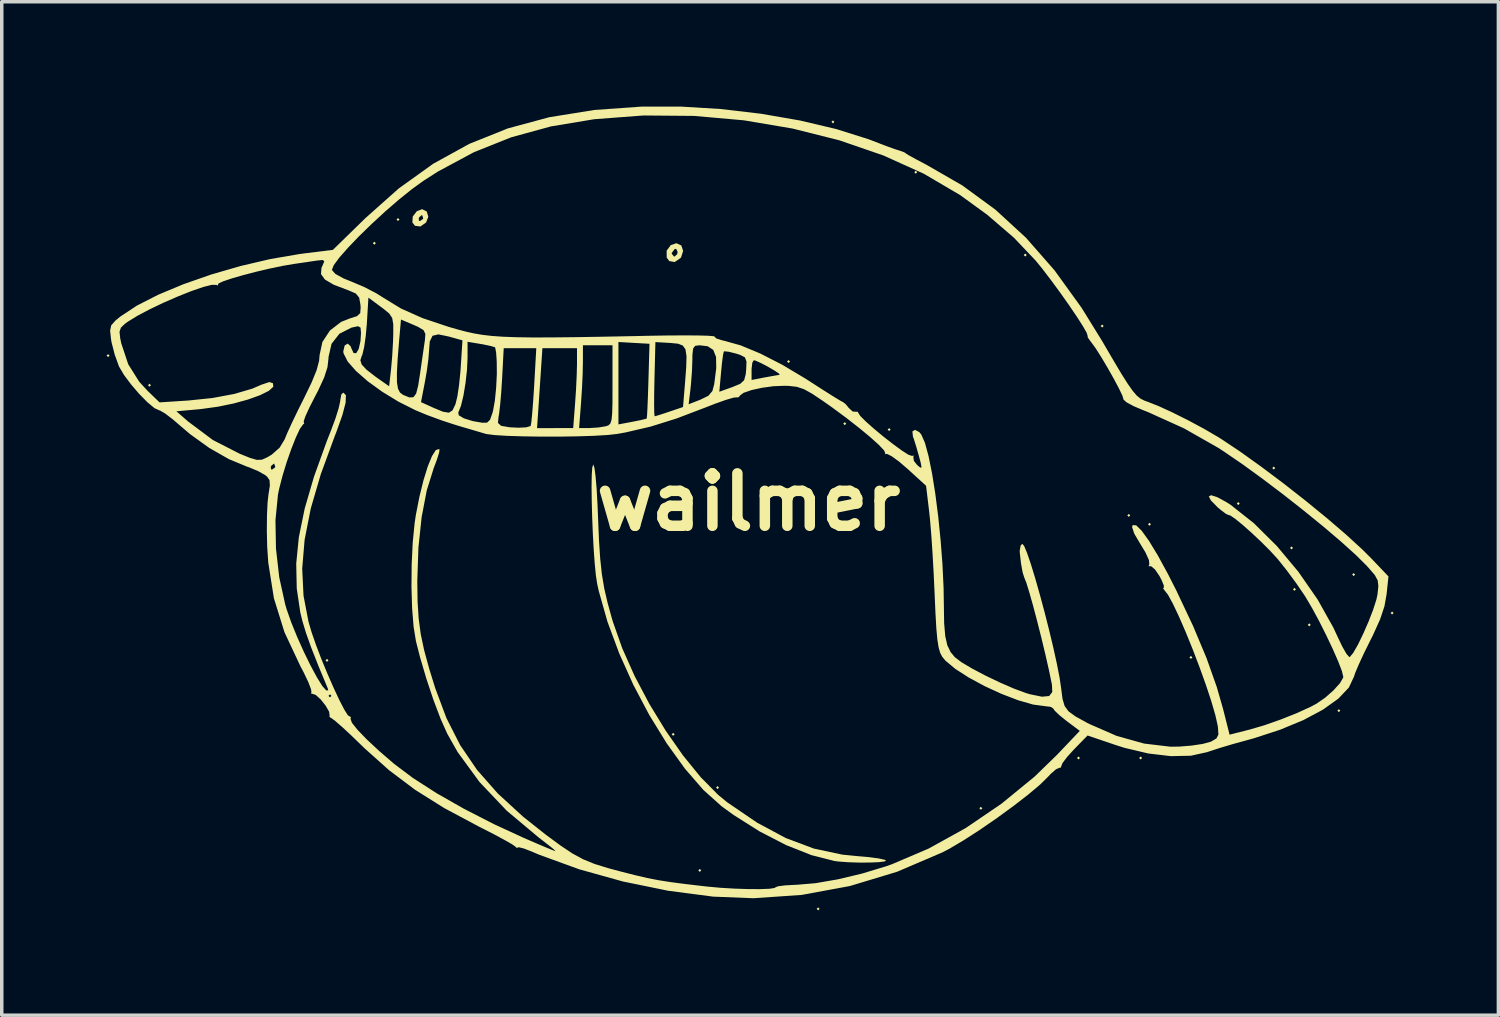
<source format=kicad_pcb>
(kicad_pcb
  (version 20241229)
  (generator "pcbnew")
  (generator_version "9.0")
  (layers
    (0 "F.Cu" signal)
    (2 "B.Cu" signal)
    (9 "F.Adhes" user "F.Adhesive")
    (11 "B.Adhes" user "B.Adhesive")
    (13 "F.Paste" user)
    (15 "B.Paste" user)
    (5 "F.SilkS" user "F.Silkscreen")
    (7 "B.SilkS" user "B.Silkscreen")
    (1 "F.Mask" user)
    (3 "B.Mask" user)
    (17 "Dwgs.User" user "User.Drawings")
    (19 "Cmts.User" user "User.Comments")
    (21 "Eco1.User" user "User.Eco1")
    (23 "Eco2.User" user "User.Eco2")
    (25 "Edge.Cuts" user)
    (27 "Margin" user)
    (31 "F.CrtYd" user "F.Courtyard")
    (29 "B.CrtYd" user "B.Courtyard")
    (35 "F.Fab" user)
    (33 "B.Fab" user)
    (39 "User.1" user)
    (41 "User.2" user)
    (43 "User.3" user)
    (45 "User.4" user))
  (footprint "wailmer"
    (layer "F.Cu")
    (at 18.373 11.318)
    (property "Reference" "wailmer" (at 0 0 0) (layer "F.SilkS") (effects (font (size 1.5 1.5) (thickness 0.3))))
    (attr board_only exclude_from_pos_files exclude_from_bom)
    (fp_poly (pts (xy -18.288 -4.191) (xy -18.33 -4.149) (xy -18.373 -4.191) (xy -18.33 -4.233)) (stroke (width 0) (type solid)) (fill yes) (layer "F.SilkS"))
    (fp_poly (pts (xy -17.103 -3.344) (xy -17.145 -3.302) (xy -17.187 -3.344) (xy -17.145 -3.387)) (stroke (width 0) (type solid)) (fill yes) (layer "F.SilkS"))
    (fp_poly (pts (xy -12.023 4.53) (xy -12.065 4.572) (xy -12.107 4.53) (xy -12.065 4.487)) (stroke (width 0) (type solid)) (fill yes) (layer "F.SilkS"))
    (fp_poly (pts (xy -10.668 -7.408) (xy -10.71 -7.366) (xy -10.753 -7.408) (xy -10.71 -7.451)) (stroke (width 0) (type solid)) (fill yes) (layer "F.SilkS"))
    (fp_poly (pts (xy -9.991 -8.086) (xy -10.033 -8.043) (xy -10.075 -8.086) (xy -10.033 -8.128)) (stroke (width 0) (type solid)) (fill yes) (layer "F.SilkS"))
    (fp_poly (pts (xy -2.117 6.646) (xy -2.159 6.689) (xy -2.201 6.646) (xy -2.159 6.604)) (stroke (width 0) (type solid)) (fill yes) (layer "F.SilkS"))
    (fp_poly (pts (xy -1.355 10.541) (xy -1.397 10.583) (xy -1.439 10.541) (xy -1.397 10.499)) (stroke (width 0) (type solid)) (fill yes) (layer "F.SilkS"))
    (fp_poly (pts (xy -0.847 8.17) (xy -0.889 8.213) (xy -0.931 8.17) (xy -0.889 8.128)) (stroke (width 0) (type solid)) (fill yes) (layer "F.SilkS"))
    (fp_poly (pts (xy 1.185 -4.022) (xy 1.143 -3.979) (xy 1.101 -4.022) (xy 1.143 -4.064)) (stroke (width 0) (type solid)) (fill yes) (layer "F.SilkS"))
    (fp_poly (pts (xy 2.032 11.642) (xy 1.99 11.684) (xy 1.947 11.642) (xy 1.99 11.599)) (stroke (width 0) (type solid)) (fill yes) (layer "F.SilkS"))
    (fp_poly (pts (xy 2.455 -10.88) (xy 2.413 -10.837) (xy 2.371 -10.88) (xy 2.413 -10.922)) (stroke (width 0) (type solid)) (fill yes) (layer "F.SilkS"))
    (fp_poly (pts (xy 2.794 -2.244) (xy 2.752 -2.201) (xy 2.709 -2.244) (xy 2.752 -2.286)) (stroke (width 0) (type solid)) (fill yes) (layer "F.SilkS"))
    (fp_poly (pts (xy 4.064 -2.074) (xy 4.022 -2.032) (xy 3.979 -2.074) (xy 4.022 -2.117)) (stroke (width 0) (type solid)) (fill yes) (layer "F.SilkS"))
    (fp_poly (pts (xy 4.826 -9.44) (xy 4.784 -9.398) (xy 4.741 -9.44) (xy 4.784 -9.483)) (stroke (width 0) (type solid)) (fill yes) (layer "F.SilkS"))
    (fp_poly (pts (xy 6.689 8.763) (xy 6.646 8.805) (xy 6.604 8.763) (xy 6.646 8.721)) (stroke (width 0) (type solid)) (fill yes) (layer "F.SilkS"))
    (fp_poly (pts (xy 7.959 -7.07) (xy 7.916 -7.027) (xy 7.874 -7.07) (xy 7.916 -7.112)) (stroke (width 0) (type solid)) (fill yes) (layer "F.SilkS"))
    (fp_poly (pts (xy 9.483 7.324) (xy 9.44 7.366) (xy 9.398 7.324) (xy 9.44 7.281)) (stroke (width 0) (type solid)) (fill yes) (layer "F.SilkS"))
    (fp_poly (pts (xy 10.16 -5.038) (xy 10.118 -4.995) (xy 10.075 -5.038) (xy 10.118 -5.08)) (stroke (width 0) (type solid)) (fill yes) (layer "F.SilkS"))
    (fp_poly (pts (xy 10.922 0.381) (xy 10.88 0.423) (xy 10.837 0.381) (xy 10.88 0.339)) (stroke (width 0) (type solid)) (fill yes) (layer "F.SilkS"))
    (fp_poly (pts (xy 11.261 7.324) (xy 11.218 7.366) (xy 11.176 7.324) (xy 11.218 7.281)) (stroke (width 0) (type solid)) (fill yes) (layer "F.SilkS"))
    (fp_poly (pts (xy 11.515 0.635) (xy 11.472 0.677) (xy 11.43 0.635) (xy 11.472 0.593)) (stroke (width 0) (type solid)) (fill yes) (layer "F.SilkS"))
    (fp_poly (pts (xy 12.7 4.445) (xy 12.658 4.487) (xy 12.615 4.445) (xy 12.658 4.403)) (stroke (width 0) (type solid)) (fill yes) (layer "F.SilkS"))
    (fp_poly (pts (xy 14.055 0.042) (xy 14.012 0.085) (xy 13.97 0.042) (xy 14.012 0)) (stroke (width 0) (type solid)) (fill yes) (layer "F.SilkS"))
    (fp_poly (pts (xy 15.071 -0.974) (xy 15.028 -0.931) (xy 14.986 -0.974) (xy 15.028 -1.016)) (stroke (width 0) (type solid)) (fill yes) (layer "F.SilkS"))
    (fp_poly (pts (xy 15.579 1.312) (xy 15.536 1.355) (xy 15.494 1.312) (xy 15.536 1.27)) (stroke (width 0) (type solid)) (fill yes) (layer "F.SilkS"))
    (fp_poly (pts (xy 15.663 2.498) (xy 15.621 2.54) (xy 15.579 2.498) (xy 15.621 2.455)) (stroke (width 0) (type solid)) (fill yes) (layer "F.SilkS"))
    (fp_poly (pts (xy 16.087 3.514) (xy 16.044 3.556) (xy 16.002 3.514) (xy 16.044 3.471)) (stroke (width 0) (type solid)) (fill yes) (layer "F.SilkS"))
    (fp_poly (pts (xy 16.933 5.969) (xy 16.891 6.011) (xy 16.849 5.969) (xy 16.891 5.927)) (stroke (width 0) (type solid)) (fill yes) (layer "F.SilkS"))
    (fp_poly (pts (xy 17.357 2.074) (xy 17.314 2.117) (xy 17.272 2.074) (xy 17.314 2.032)) (stroke (width 0) (type solid)) (fill yes) (layer "F.SilkS"))
    (fp_poly (pts (xy 18.457 3.175) (xy 18.415 3.217) (xy 18.373 3.175) (xy 18.415 3.133)) (stroke (width 0) (type solid)) (fill yes) (layer "F.SilkS"))
    (fp_poly (pts (xy -9.211 -8.316) (xy -9.166 -8.165) (xy -9.23 -8) (xy -9.393 -7.887) (xy -9.547 -7.906) (xy -9.622 -8.002) (xy -9.614 -8.128) (xy -9.44 -8.128) (xy -9.434 -8.05) (xy -9.403 -8.043) (xy -9.317 -8.105) (xy -9.313 -8.128) (xy -9.342 -8.21) (xy -9.351 -8.213) (xy -9.423 -8.153) (xy -9.44 -8.128) (xy -9.614 -8.128) (xy -9.611 -8.173) (xy -9.494 -8.324) (xy -9.343 -8.382)) (stroke (width 0) (type solid)) (fill yes) (layer "F.SilkS"))
    (fp_poly (pts (xy -1.925 -7.343) (xy -1.874 -7.188) (xy -1.93 -7.008) (xy -1.951 -6.981) (xy -2.115 -6.869) (xy -2.27 -6.896) (xy -2.344 -6.997) (xy -2.345 -7.107) (xy -2.201 -7.107) (xy -2.137 -7.03) (xy -2.117 -7.027) (xy -2.042 -7.096) (xy -2.032 -7.159) (xy -2.073 -7.247) (xy -2.117 -7.239) (xy -2.198 -7.131) (xy -2.201 -7.107) (xy -2.345 -7.107) (xy -2.345 -7.195) (xy -2.227 -7.354) (xy -2.066 -7.408)) (stroke (width 0) (type solid)) (fill yes) (layer "F.SilkS"))
    (fp_poly (pts (xy -4.445 -1.073) (xy -4.412 -0.981) (xy -4.38 -0.743) (xy -4.349 -0.38) (xy -4.323 0.086) (xy -4.309 0.43) (xy -4.282 1.087) (xy -4.247 1.618) (xy -4.199 2.064) (xy -4.131 2.47) (xy -4.037 2.878) (xy -3.912 3.33) (xy -3.885 3.421) (xy -3.617 4.182) (xy -3.263 4.976) (xy -2.843 5.772) (xy -2.374 6.54) (xy -1.877 7.251) (xy -1.371 7.873) (xy -0.873 8.377) (xy -0.613 8.591) (xy 0.247 9.177) (xy 1.067 9.616) (xy 1.871 9.917) (xy 2.68 10.089) (xy 3.09 10.13) (xy 3.438 10.16) (xy 3.722 10.198) (xy 3.899 10.238) (xy 3.933 10.254) (xy 3.892 10.284) (xy 3.722 10.305) (xy 3.465 10.316) (xy 3.162 10.317) (xy 2.853 10.307) (xy 2.579 10.287) (xy 2.455 10.271) (xy 1.797 10.103) (xy 1.074 9.817) (xy 0.32 9.428) (xy -0.429 8.955) (xy -0.771 8.707) (xy -1.294 8.238) (xy -1.823 7.628) (xy -2.343 6.905) (xy -2.841 6.096) (xy -3.299 5.229) (xy -3.703 4.33) (xy -4.038 3.427) (xy -4.287 2.548) (xy -4.331 2.351) (xy -4.369 2.109) (xy -4.403 1.766) (xy -4.433 1.351) (xy -4.458 0.894) (xy -4.477 0.424) (xy -4.489 -0.028) (xy -4.494 -0.434) (xy -4.489 -0.763) (xy -4.474 -0.986) (xy -4.449 -1.073)) (stroke (width 0) (type solid)) (fill yes) (layer "F.SilkS"))
    (fp_poly (pts (xy -1.944 -11.318) (xy -0.796 -11.248) (xy 0.355 -11.113) (xy 1.47 -10.92) (xy 2.508 -10.675) (xy 3.431 -10.384) (xy 3.641 -10.304) (xy 3.935 -10.19) (xy 4.179 -10.102) (xy 4.318 -10.059) (xy 4.458 -10.008) (xy 4.487 -9.986) (xy 4.579 -9.927) (xy 4.78 -9.816) (xy 5.049 -9.674) (xy 5.08 -9.658) (xy 6.115 -9.062) (xy 7.062 -8.369) (xy 7.938 -7.564) (xy 8.756 -6.631) (xy 9.531 -5.557) (xy 10.114 -4.614) (xy 10.424 -4.083) (xy 10.664 -3.679) (xy 10.85 -3.385) (xy 10.995 -3.179) (xy 11.113 -3.042) (xy 11.22 -2.957) (xy 11.33 -2.902) (xy 11.415 -2.872) (xy 11.721 -2.752) (xy 12.123 -2.568) (xy 12.574 -2.343) (xy 13.025 -2.101) (xy 13.429 -1.866) (xy 13.525 -1.806) (xy 14.065 -1.446) (xy 14.668 -1.014) (xy 15.304 -0.537) (xy 15.942 -0.037) (xy 16.551 0.461) (xy 17.101 0.933) (xy 17.561 1.354) (xy 17.813 1.605) (xy 18.311 2.128) (xy 18.257 2.641) (xy 18.196 2.982) (xy 18.072 3.355) (xy 17.869 3.805) (xy 17.787 3.968) (xy 17.61 4.326) (xy 17.461 4.648) (xy 17.358 4.892) (xy 17.324 4.997) (xy 17.177 5.309) (xy 16.876 5.626) (xy 16.438 5.939) (xy 15.877 6.239) (xy 15.208 6.516) (xy 14.449 6.763) (xy 14.249 6.818) (xy 13.86 6.925) (xy 13.484 7.037) (xy 13.186 7.134) (xy 13.123 7.156) (xy 12.657 7.259) (xy 12.085 7.271) (xy 11.441 7.195) (xy 10.759 7.034) (xy 10.502 6.952) (xy 9.7 6.68) (xy 9.304 7.086) (xy 9.11 7.3) (xy 8.982 7.47) (xy 8.948 7.559) (xy 8.928 7.605) (xy 8.902 7.601) (xy 8.799 7.645) (xy 8.641 7.783) (xy 8.578 7.852) (xy 8.347 8.08) (xy 8.003 8.37) (xy 7.579 8.698) (xy 7.109 9.041) (xy 6.626 9.374) (xy 6.162 9.674) (xy 5.751 9.918) (xy 5.559 10.019) (xy 4.251 10.579) (xy 2.898 10.988) (xy 1.52 11.242) (xy 0.138 11.337) (xy -1.016 11.291) (xy -2.302 11.123) (xy -3.596 10.858) (xy -4.844 10.51) (xy -5.994 10.092) (xy -6.202 10.003) (xy -6.427 9.915) (xy -6.573 9.878) (xy -6.605 9.888) (xy -6.643 9.893) (xy -6.669 9.864) (xy -6.764 9.796) (xy -6.982 9.671) (xy -7.291 9.505) (xy -7.662 9.315) (xy -7.747 9.272) (xy -8.709 8.758) (xy -9.544 8.234) (xy -10.292 7.671) (xy -10.995 7.042) (xy -11.075 6.964) (xy -11.38 6.669) (xy -11.644 6.425) (xy -11.843 6.253) (xy -11.954 6.173) (xy -11.965 6.17) (xy -12 6.134) (xy -11.989 6.111) (xy -12.005 5.998) (xy -12.104 5.826) (xy -12.245 5.648) (xy -12.357 5.546) (xy -12.023 5.546) (xy -11.98 5.588) (xy -11.938 5.546) (xy -11.98 5.503) (xy -12.023 5.546) (xy -12.357 5.546) (xy -12.385 5.52) (xy -12.473 5.489) (xy -12.527 5.479) (xy -12.51 5.454) (xy -12.521 5.358) (xy -12.601 5.15) (xy -12.736 4.867) (xy -12.829 4.691) (xy -13.282 3.725) (xy -13.584 2.755) (xy -13.746 1.734) (xy -13.777 1.27) (xy -13.787 0.817) (xy -13.784 0.517) (xy -13.54 0.517) (xy -13.526 1.327) (xy -13.432 2.152) (xy -13.261 2.929) (xy -13.218 3.074) (xy -13.087 3.447) (xy -12.918 3.862) (xy -12.728 4.285) (xy -12.533 4.683) (xy -12.35 5.022) (xy -12.195 5.27) (xy -12.087 5.389) (xy -12.029 5.388) (xy -12.045 5.327) (xy -12.312 4.685) (xy -12.515 4.168) (xy -12.665 3.749) (xy -12.77 3.401) (xy -12.83 3.154) (xy -12.931 2.471) (xy -12.946 1.761) (xy -12.871 1.006) (xy -12.703 0.184) (xy -12.438 -0.725) (xy -12.072 -1.741) (xy -11.948 -2.055) (xy -11.825 -2.388) (xy -11.732 -2.684) (xy -11.686 -2.891) (xy -11.684 -2.923) (xy -11.655 -3.081) (xy -11.599 -3.133) (xy -11.524 -3.06) (xy -11.532 -2.844) (xy -11.625 -2.489) (xy -11.8 -1.998) (xy -11.844 -1.886) (xy -12.243 -0.797) (xy -12.53 0.185) (xy -12.706 1.08) (xy -12.775 1.905) (xy -12.737 2.68) (xy -12.595 3.422) (xy -12.506 3.726) (xy -12.377 4.097) (xy -12.221 4.505) (xy -12.049 4.921) (xy -11.875 5.317) (xy -11.713 5.664) (xy -11.573 5.934) (xy -11.471 6.098) (xy -11.422 6.133) (xy -11.38 6.151) (xy -11.392 6.203) (xy -11.352 6.316) (xy -11.193 6.516) (xy -10.932 6.787) (xy -10.583 7.113) (xy -10.162 7.477) (xy -10.155 7.483) (xy -9.609 7.894) (xy -8.928 8.332) (xy -8.141 8.78) (xy -7.277 9.222) (xy -6.442 9.607) (xy -6.089 9.76) (xy -5.797 9.884) (xy -5.598 9.965) (xy -5.525 9.991) (xy -5.568 9.944) (xy -5.718 9.822) (xy -5.943 9.648) (xy -5.996 9.608) (xy -6.921 8.833) (xy -7.701 8.011) (xy -8.328 7.152) (xy -8.624 6.628) (xy -8.814 6.203) (xy -9.019 5.661) (xy -9.221 5.056) (xy -9.403 4.438) (xy -9.52 3.979) (xy -9.587 3.566) (xy -9.63 3.031) (xy -9.648 2.421) (xy -9.642 1.782) (xy -9.612 1.159) (xy -9.557 0.599) (xy -9.523 0.371) (xy -9.419 -0.159) (xy -9.302 -0.631) (xy -9.18 -1.024) (xy -9.06 -1.317) (xy -8.95 -1.489) (xy -8.858 -1.518) (xy -8.845 -1.507) (xy -8.856 -1.418) (xy -8.919 -1.217) (xy -9.012 -0.97) (xy -9.21 -0.336) (xy -9.357 0.431) (xy -9.449 1.302) (xy -9.481 2.247) (xy -9.481 2.28) (xy -9.473 2.849) (xy -9.442 3.333) (xy -9.382 3.783) (xy -9.283 4.247) (xy -9.138 4.777) (xy -8.97 5.319) (xy -8.648 6.18) (xy -8.256 6.953) (xy -7.772 7.664) (xy -7.178 8.339) (xy -6.453 9.004) (xy -5.806 9.517) (xy -5.385 9.827) (xy -5.045 10.054) (xy -4.737 10.222) (xy -4.411 10.355) (xy -4.017 10.477) (xy -3.635 10.579) (xy -3.236 10.68) (xy -2.901 10.758) (xy -2.585 10.82) (xy -2.243 10.874) (xy -1.83 10.928) (xy -1.302 10.99) (xy -1.185 11.003) (xy -0.806 11.038) (xy -0.403 11.062) (xy -0.011 11.075) (xy 0.334 11.076) (xy 0.598 11.066) (xy 0.744 11.043) (xy 0.763 11.028) (xy 0.841 10.995) (xy 1.046 10.969) (xy 1.336 10.953) (xy 1.377 10.952) (xy 1.919 10.906) (xy 2.56 10.795) (xy 3.248 10.631) (xy 3.931 10.424) (xy 4.104 10.363) (xy 5.154 9.915) (xy 6.211 9.33) (xy 7.234 8.634) (xy 8.185 7.856) (xy 8.827 7.232) (xy 9.478 6.547) (xy 9.099 6.264) (xy 8.892 6.097) (xy 8.754 5.964) (xy 8.721 5.911) (xy 8.648 5.861) (xy 8.488 5.841) (xy 8.144 5.795) (xy 7.715 5.672) (xy 7.24 5.49) (xy 6.756 5.268) (xy 6.301 5.022) (xy 5.914 4.773) (xy 5.633 4.538) (xy 5.538 4.423) (xy 5.481 4.312) (xy 5.437 4.156) (xy 5.401 3.929) (xy 5.372 3.608) (xy 5.347 3.166) (xy 5.323 2.625) (xy 5.297 2.06) (xy 5.265 1.491) (xy 5.23 0.966) (xy 5.194 0.529) (xy 5.17 0.296) (xy 5.079 -0.466) (xy 4.553 -0.946) (xy 4.304 -1.16) (xy 4.095 -1.312) (xy 3.962 -1.378) (xy 3.94 -1.377) (xy 3.896 -1.371) (xy 3.913 -1.395) (xy 3.879 -1.476) (xy 3.728 -1.636) (xy 3.481 -1.859) (xy 3.159 -2.125) (xy 2.784 -2.418) (xy 2.376 -2.719) (xy 2.133 -2.89) (xy 1.818 -3.101) (xy 1.585 -3.23) (xy 1.382 -3.298) (xy 1.158 -3.324) (xy 1.033 -3.328) (xy 0.716 -3.316) (xy 0.386 -3.271) (xy 0.087 -3.206) (xy -0.14 -3.128) (xy -0.25 -3.049) (xy -0.254 -3.032) (xy -0.305 -2.989) (xy -0.328 -2.999) (xy -0.433 -2.988) (xy -0.657 -2.922) (xy -0.966 -2.812) (xy -1.237 -2.706) (xy -2.064 -2.391) (xy -2.807 -2.159) (xy -3.516 -1.994) (xy -3.767 -1.949) (xy -4.041 -1.919) (xy -4.432 -1.896) (xy -4.903 -1.881) (xy -5.42 -1.873) (xy -5.95 -1.873) (xy -6.457 -1.881) (xy -6.908 -1.895) (xy -7.266 -1.917) (xy -7.499 -1.947) (xy -7.533 -1.955) (xy -7.718 -2.01) (xy -8.007 -2.095) (xy -8.079 -2.116) (xy -6.054 -2.116) (xy -5.537 -2.117) (xy -5.02 -2.117) (xy -4.851 -2.117) (xy -4.563 -2.118) (xy -4.301 -2.134) (xy -4.085 -2.17) (xy -4.008 -2.197) (xy -3.956 -2.25) (xy -3.922 -2.355) (xy -3.904 -2.541) (xy -3.896 -2.836) (xy -3.895 -3.268) (xy -3.895 -3.354) (xy -3.895 -3.402) (xy -3.725 -3.402) (xy -3.725 -2.223) (xy -3.33 -2.297) (xy -3.095 -2.344) (xy -2.943 -2.381) (xy -2.916 -2.392) (xy -2.906 -2.48) (xy -2.894 -2.704) (xy -2.891 -2.783) (xy -2.704 -2.783) (xy -2.7 -2.553) (xy -2.69 -2.456) (xy -2.688 -2.455) (xy -2.596 -2.48) (xy -2.397 -2.544) (xy -2.266 -2.588) (xy -1.877 -2.72) (xy -1.87 -2.799) (xy -1.716 -2.799) (xy -1.376 -2.932) (xy -1.15 -3.043) (xy -1.054 -3.157) (xy -0.838 -3.157) (xy -0.468 -3.29) (xy -0.241 -3.383) (xy -0.128 -3.487) (xy -0.082 -3.66) (xy -0.071 -3.779) (xy 0.085 -3.779) (xy 0.085 -3.494) (xy 0.445 -3.564) (xy 0.686 -3.608) (xy 0.858 -3.637) (xy 0.889 -3.641) (xy 0.868 -3.678) (xy 0.741 -3.764) (xy 0.558 -3.871) (xy 0.364 -3.973) (xy 0.207 -4.044) (xy 0.148 -4.06) (xy 0.106 -3.989) (xy 0.085 -3.809) (xy 0.085 -3.779) (xy -0.071 -3.779) (xy -0.07 -3.788) (xy -0.06 -4.019) (xy -0.105 -4.141) (xy -0.241 -4.212) (xy -0.36 -4.25) (xy -0.569 -4.302) (xy -0.696 -4.315) (xy -0.708 -4.31) (xy -0.731 -4.215) (xy -0.76 -3.998) (xy -0.788 -3.716) (xy -0.838 -3.157) (xy -1.054 -3.157) (xy -1.036 -3.178) (xy -0.984 -3.375) (xy -0.926 -3.833) (xy -0.932 -4.153) (xy -1.011 -4.354) (xy -1.171 -4.459) (xy -1.404 -4.487) (xy -1.528 -4.472) (xy -1.588 -4.395) (xy -1.608 -4.213) (xy -1.609 -4.085) (xy -1.621 -3.745) (xy -1.65 -3.368) (xy -1.663 -3.241) (xy -1.716 -2.799) (xy -1.87 -2.799) (xy -1.819 -3.415) (xy -1.785 -3.866) (xy -1.777 -4.175) (xy -1.807 -4.371) (xy -1.884 -4.48) (xy -2.018 -4.532) (xy -2.22 -4.552) (xy -2.244 -4.554) (xy -2.667 -4.578) (xy -2.694 -3.517) (xy -2.702 -3.115) (xy -2.704 -2.783) (xy -2.891 -2.783) (xy -2.881 -3.031) (xy -2.868 -3.429) (xy -2.867 -3.471) (xy -2.836 -4.53) (xy -3.281 -4.555) (xy -3.725 -4.581) (xy -3.725 -3.402) (xy -3.895 -3.402) (xy -3.895 -4.487) (xy -4.318 -4.487) (xy -4.741 -4.487) (xy -4.742 -4) (xy -4.749 -3.669) (xy -4.768 -3.255) (xy -4.795 -2.843) (xy -4.797 -2.815) (xy -4.851 -2.117) (xy -5.02 -2.117) (xy -4.966 -2.815) (xy -4.939 -3.214) (xy -4.92 -3.614) (xy -4.911 -3.934) (xy -4.911 -3.958) (xy -4.911 -4.403) (xy -5.406 -4.403) (xy -5.901 -4.403) (xy -5.977 -3.26) (xy -6.054 -2.116) (xy -8.079 -2.116) (xy -8.339 -2.193) (xy -8.371 -2.203) (xy -8.567 -2.266) (xy -7.173 -2.266) (xy -7.088 -2.186) (xy -7.057 -2.177) (xy -6.834 -2.14) (xy -6.582 -2.128) (xy -6.364 -2.139) (xy -6.243 -2.174) (xy -6.237 -2.18) (xy -6.218 -2.284) (xy -6.194 -2.524) (xy -6.167 -2.863) (xy -6.14 -3.27) (xy -6.137 -3.323) (xy -6.076 -4.403) (xy -6.542 -4.403) (xy -7.008 -4.403) (xy -7.054 -3.535) (xy -7.079 -3.143) (xy -7.109 -2.794) (xy -7.139 -2.535) (xy -7.156 -2.442) (xy -7.173 -2.266) (xy -8.567 -2.266) (xy -8.777 -2.335) (xy -9.21 -2.494) (xy -9.534 -2.629) (xy -9.993 -2.86) (xy -9.375 -2.86) (xy -9.027 -2.702) (xy -8.748 -2.586) (xy -8.577 -2.558) (xy -8.56 -2.569) (xy -8.309 -2.569) (xy -8.295 -2.484) (xy -8.145 -2.395) (xy -7.892 -2.317) (xy -7.62 -2.27) (xy -7.485 -2.273) (xy -7.4 -2.354) (xy -7.33 -2.552) (xy -7.311 -2.625) (xy -7.262 -2.899) (xy -7.225 -3.267) (xy -7.205 -3.656) (xy -7.205 -3.699) (xy -7.208 -4.024) (xy -7.225 -4.277) (xy -7.251 -4.417) (xy -7.26 -4.43) (xy -7.377 -4.466) (xy -7.594 -4.512) (xy -7.684 -4.527) (xy -8.043 -4.587) (xy -8.043 -4.129) (xy -8.059 -3.784) (xy -8.101 -3.408) (xy -8.16 -3.05) (xy -8.23 -2.759) (xy -8.3 -2.581) (xy -8.309 -2.569) (xy -8.56 -2.569) (xy -8.473 -2.625) (xy -8.392 -2.794) (xy -8.385 -2.815) (xy -8.334 -3.025) (xy -8.286 -3.347) (xy -8.248 -3.722) (xy -8.238 -3.859) (xy -8.189 -4.628) (xy -8.59 -4.74) (xy -8.877 -4.799) (xy -9.045 -4.759) (xy -9.124 -4.597) (xy -9.146 -4.318) (xy -9.165 -4.079) (xy -9.209 -3.75) (xy -9.263 -3.441) (xy -9.375 -2.86) (xy -9.993 -2.86) (xy -10.023 -2.875) (xy -10.486 -3.158) (xy -10.899 -3.457) (xy -11.237 -3.753) (xy -11.476 -4.026) (xy -11.492 -4.059) (xy -11.111 -4.059) (xy -11.073 -3.937) (xy -10.936 -3.79) (xy -10.682 -3.592) (xy -10.541 -3.492) (xy -10.287 -3.314) (xy -10.244 -3.697) (xy -10.065 -3.697) (xy -10.063 -3.424) (xy -10.034 -3.246) (xy -9.978 -3.136) (xy -9.893 -3.071) (xy -9.885 -3.067) (xy -9.71 -2.995) (xy -9.593 -3) (xy -9.514 -3.104) (xy -9.456 -3.332) (xy -9.404 -3.662) (xy -9.352 -4.027) (xy -9.303 -4.362) (xy -9.268 -4.605) (xy -9.263 -4.637) (xy -9.25 -4.812) (xy -9.303 -4.921) (xy -9.461 -5.015) (xy -9.584 -5.069) (xy -9.948 -5.224) (xy -10.001 -4.623) (xy -10.044 -4.088) (xy -10.065 -3.697) (xy -10.244 -3.697) (xy -10.233 -3.795) (xy -10.2 -4.167) (xy -10.176 -4.585) (xy -10.169 -4.798) (xy -10.169 -5.087) (xy -10.199 -5.267) (xy -10.285 -5.397) (xy -10.455 -5.536) (xy -10.52 -5.584) (xy -10.88 -5.85) (xy -10.925 -5.105) (xy -10.957 -4.746) (xy -11.002 -4.434) (xy -11.052 -4.223) (xy -11.07 -4.182) (xy -11.111 -4.059) (xy -11.492 -4.059) (xy -11.592 -4.257) (xy -11.599 -4.316) (xy -11.56 -4.48) (xy -11.473 -4.535) (xy -11.389 -4.46) (xy -11.372 -4.411) (xy -11.304 -4.264) (xy -11.227 -4.262) (xy -11.157 -4.384) (xy -11.107 -4.606) (xy -11.092 -4.841) (xy -11.105 -4.991) (xy -11.176 -5.033) (xy -11.357 -4.994) (xy -11.367 -4.991) (xy -11.711 -4.816) (xy -11.935 -4.529) (xy -12.022 -4.151) (xy -12.023 -4.111) (xy -12.051 -3.861) (xy -12.145 -3.568) (xy -12.318 -3.193) (xy -12.411 -3.015) (xy -12.568 -2.707) (xy -12.68 -2.463) (xy -12.732 -2.314) (xy -12.728 -2.285) (xy -12.717 -2.249) (xy -12.751 -2.221) (xy -12.839 -2.099) (xy -12.955 -1.853) (xy -13.087 -1.519) (xy -13.22 -1.139) (xy -13.339 -0.749) (xy -13.432 -0.389) (xy -13.468 -0.214) (xy -13.54 0.517) (xy -13.784 0.517) (xy -13.783 0.381) (xy -13.766 0.016) (xy -13.74 -0.215) (xy -13.7 -0.475) (xy -13.71 -0.628) (xy -13.781 -0.729) (xy -13.837 -0.774) (xy -14.033 -0.885) (xy -14.294 -0.994) (xy -14.351 -1.013) (xy -14.359 -1.016) (xy -13.674 -1.016) (xy -13.667 -0.938) (xy -13.636 -0.931) (xy -13.55 -0.993) (xy -13.547 -1.016) (xy -13.576 -1.098) (xy -13.584 -1.101) (xy -13.656 -1.041) (xy -13.674 -1.016) (xy -14.359 -1.016) (xy -14.875 -1.23) (xy -15.437 -1.551) (xy -15.982 -1.943) (xy -16.227 -2.152) (xy -16.481 -2.37) (xy -16.698 -2.535) (xy -16.842 -2.619) (xy -16.865 -2.625) (xy -17.003 -2.689) (xy -17.205 -2.857) (xy -17.439 -3.095) (xy -17.673 -3.368) (xy -17.876 -3.64) (xy -18.015 -3.876) (xy -18.023 -3.895) (xy -18.141 -4.223) (xy -18.231 -4.574) (xy -18.246 -4.665) (xy -18.269 -4.876) (xy -18.003 -4.876) (xy -17.983 -4.688) (xy -17.952 -4.54) (xy -17.753 -3.943) (xy -17.436 -3.44) (xy -17.199 -3.183) (xy -16.857 -2.853) (xy -16.027 -2.907) (xy -15.343 -2.978) (xy -14.721 -3.094) (xy -14.202 -3.246) (xy -13.941 -3.359) (xy -13.717 -3.434) (xy -13.613 -3.402) (xy -13.601 -3.3) (xy -13.732 -3.182) (xy -13.982 -3.058) (xy -14.324 -2.935) (xy -14.734 -2.822) (xy -15.187 -2.729) (xy -15.659 -2.664) (xy -15.733 -2.656) (xy -16.375 -2.598) (xy -16.04 -2.306) (xy -15.331 -1.776) (xy -14.563 -1.383) (xy -14.266 -1.263) (xy -14.073 -1.207) (xy -13.928 -1.213) (xy -13.779 -1.279) (xy -13.647 -1.357) (xy -13.42 -1.558) (xy -13.274 -1.801) (xy -13.198 -1.986) (xy -13.064 -2.279) (xy -12.892 -2.636) (xy -12.728 -2.963) (xy -12.505 -3.424) (xy -12.363 -3.773) (xy -12.291 -4.042) (xy -12.277 -4.209) (xy -12.197 -4.581) (xy -11.981 -4.91) (xy -11.66 -5.157) (xy -11.417 -5.253) (xy -11.205 -5.321) (xy -11.114 -5.408) (xy -11.102 -5.569) (xy -11.108 -5.648) (xy -11.144 -5.851) (xy -11.24 -5.968) (xy -11.447 -6.058) (xy -11.472 -6.067) (xy -11.875 -6.221) (xy -12.124 -6.368) (xy -12.236 -6.522) (xy -12.228 -6.646) (xy -11.925 -6.646) (xy -11.924 -6.642) (xy -11.826 -6.53) (xy -11.59 -6.4) (xy -11.356 -6.305) (xy -11.005 -6.157) (xy -10.656 -5.976) (xy -10.448 -5.845) (xy -9.947 -5.539) (xy -9.334 -5.265) (xy -8.584 -5.014) (xy -8.311 -4.936) (xy -8.079 -4.875) (xy -7.852 -4.825) (xy -7.613 -4.785) (xy -7.345 -4.754) (xy -7.031 -4.732) (xy -6.655 -4.718) (xy -6.199 -4.711) (xy -5.647 -4.712) (xy -4.981 -4.719) (xy -4.186 -4.732) (xy -3.243 -4.75) (xy -2.903 -4.758) (xy -2.35 -4.767) (xy -1.86 -4.77) (xy -1.456 -4.768) (xy -1.162 -4.76) (xy -1 -4.747) (xy -0.976 -4.737) (xy -0.928 -4.684) (xy -0.761 -4.63) (xy -0.698 -4.616) (xy -0.229 -4.485) (xy 0.335 -4.251) (xy 0.964 -3.929) (xy 1.629 -3.532) (xy 1.744 -3.458) (xy 2.092 -3.234) (xy 2.386 -3.047) (xy 2.6 -2.916) (xy 2.704 -2.858) (xy 2.709 -2.857) (xy 2.785 -2.795) (xy 2.863 -2.697) (xy 2.979 -2.591) (xy 3.054 -2.586) (xy 3.128 -2.583) (xy 3.133 -2.561) (xy 3.194 -2.466) (xy 3.358 -2.302) (xy 3.592 -2.095) (xy 3.863 -1.87) (xy 4.139 -1.655) (xy 4.387 -1.474) (xy 4.575 -1.354) (xy 4.671 -1.322) (xy 4.672 -1.322) (xy 4.729 -1.329) (xy 4.714 -1.294) (xy 4.729 -1.18) (xy 4.822 -1.062) (xy 4.915 -0.984) (xy 4.949 -0.994) (xy 4.927 -1.119) (xy 4.872 -1.325) (xy 4.795 -1.594) (xy 4.727 -1.81) (xy 4.703 -1.875) (xy 4.687 -2.022) (xy 4.764 -2.067) (xy 4.886 -2.001) (xy 4.944 -1.929) (xy 5.047 -1.693) (xy 5.15 -1.314) (xy 5.25 -0.82) (xy 5.343 -0.236) (xy 5.426 0.411) (xy 5.495 1.094) (xy 5.548 1.786) (xy 5.58 2.461) (xy 5.588 2.97) (xy 5.596 3.469) (xy 5.627 3.834) (xy 5.686 4.097) (xy 5.781 4.294) (xy 5.903 4.44) (xy 6.091 4.583) (xy 6.396 4.764) (xy 6.775 4.964) (xy 7.186 5.161) (xy 7.586 5.335) (xy 7.934 5.464) (xy 8.062 5.502) (xy 8.398 5.57) (xy 8.602 5.55) (xy 8.69 5.436) (xy 8.681 5.228) (xy 8.6 4.833) (xy 8.497 4.377) (xy 8.38 3.891) (xy 8.258 3.408) (xy 8.14 2.961) (xy 8.033 2.583) (xy 7.947 2.305) (xy 7.89 2.163) (xy 7.842 2.013) (xy 7.796 1.758) (xy 7.762 1.463) (xy 7.758 1.397) (xy 7.785 1.244) (xy 7.832 1.195) (xy 7.886 1.258) (xy 7.971 1.462) (xy 8.079 1.779) (xy 8.203 2.185) (xy 8.336 2.654) (xy 8.472 3.159) (xy 8.603 3.676) (xy 8.723 4.179) (xy 8.825 4.642) (xy 8.902 5.04) (xy 8.947 5.347) (xy 8.947 5.351) (xy 8.984 5.636) (xy 9.044 5.837) (xy 9.157 5.99) (xy 9.354 6.134) (xy 9.666 6.306) (xy 9.755 6.352) (xy 10.534 6.692) (xy 11.318 6.911) (xy 12.067 7) (xy 12.319 6.998) (xy 12.675 6.969) (xy 12.995 6.921) (xy 13.216 6.862) (xy 13.237 6.853) (xy 13.389 6.764) (xy 13.445 6.652) (xy 13.432 6.453) (xy 13.424 6.396) (xy 13.356 6.093) (xy 13.24 5.694) (xy 13.086 5.23) (xy 12.905 4.727) (xy 12.71 4.216) (xy 12.51 3.723) (xy 12.317 3.279) (xy 12.143 2.911) (xy 11.999 2.648) (xy 11.898 2.52) (xy 11.859 2.463) (xy 11.88 2.457) (xy 11.884 2.391) (xy 11.816 2.226) (xy 11.76 2.12) (xy 11.632 1.931) (xy 11.523 1.837) (xy 11.488 1.837) (xy 11.445 1.833) (xy 11.468 1.786) (xy 11.457 1.661) (xy 11.357 1.44) (xy 11.219 1.213) (xy 11.037 0.905) (xy 10.974 0.714) (xy 10.992 0.658) (xy 11.092 0.666) (xy 11.249 0.82) (xy 11.458 1.111) (xy 11.711 1.527) (xy 12.001 2.059) (xy 12.242 2.534) (xy 12.722 3.551) (xy 13.104 4.463) (xy 13.399 5.295) (xy 13.581 5.931) (xy 13.764 6.656) (xy 14.334 6.512) (xy 14.757 6.388) (xy 15.23 6.222) (xy 15.692 6.038) (xy 16.085 5.859) (xy 16.256 5.767) (xy 16.505 5.594) (xy 16.74 5.386) (xy 16.923 5.183) (xy 17.014 5.026) (xy 17.018 5) (xy 16.979 4.837) (xy 16.873 4.561) (xy 16.718 4.207) (xy 16.53 3.81) (xy 16.326 3.404) (xy 16.121 3.026) (xy 15.933 2.708) (xy 15.907 2.667) (xy 15.662 2.309) (xy 15.386 1.936) (xy 15.137 1.625) (xy 15.131 1.618) (xy 14.922 1.391) (xy 14.669 1.138) (xy 14.399 0.884) (xy 14.143 0.657) (xy 13.928 0.481) (xy 13.783 0.382) (xy 13.739 0.372) (xy 13.664 0.34) (xy 13.509 0.223) (xy 13.415 0.143) (xy 13.226 -0.051) (xy 13.171 -0.164) (xy 13.237 -0.196) (xy 13.406 -0.143) (xy 13.664 -0.004) (xy 13.799 0.083) (xy 14.46 0.605) (xy 15.116 1.256) (xy 15.735 1.997) (xy 16.285 2.79) (xy 16.736 3.596) (xy 16.853 3.849) (xy 16.989 4.134) (xy 17.107 4.34) (xy 17.188 4.434) (xy 17.203 4.435) (xy 17.303 4.315) (xy 17.439 4.078) (xy 17.591 3.764) (xy 17.743 3.416) (xy 17.874 3.077) (xy 17.966 2.789) (xy 17.997 2.644) (xy 18.022 2.406) (xy 18.003 2.24) (xy 17.918 2.086) (xy 17.743 1.883) (xy 17.687 1.821) (xy 17.379 1.515) (xy 16.959 1.136) (xy 16.454 0.706) (xy 15.892 0.248) (xy 15.301 -0.217) (xy 14.708 -0.666) (xy 14.141 -1.078) (xy 13.627 -1.43) (xy 13.442 -1.551) (xy 12.459 -2.11) (xy 11.431 -2.575) (xy 11.303 -2.625) (xy 11.021 -2.744) (xy 10.817 -2.854) (xy 10.729 -2.932) (xy 10.729 -2.941) (xy 10.696 -3.048) (xy 10.594 -3.26) (xy 10.445 -3.54) (xy 10.27 -3.849) (xy 10.092 -4.149) (xy 9.931 -4.402) (xy 9.809 -4.57) (xy 9.795 -4.586) (xy 9.707 -4.709) (xy 9.701 -4.762) (xy 9.674 -4.847) (xy 9.564 -5.039) (xy 9.389 -5.312) (xy 9.167 -5.639) (xy 8.917 -5.993) (xy 8.658 -6.346) (xy 8.409 -6.672) (xy 8.217 -6.908) (xy 7.592 -7.566) (xy 6.83 -8.221) (xy 6.054 -8.785) (xy 5.018 -9.394) (xy 3.857 -9.919) (xy 2.595 -10.353) (xy 1.255 -10.69) (xy -0.137 -10.925) (xy -1.558 -11.051) (xy -2.983 -11.063) (xy -3.069 -11.059) (xy -4.42 -10.956) (xy -5.653 -10.751) (xy -6.793 -10.439) (xy -7.863 -10.011) (xy -8.887 -9.461) (xy -9.311 -9.19) (xy -9.642 -8.95) (xy -10.012 -8.652) (xy -10.401 -8.315) (xy -10.786 -7.96) (xy -11.147 -7.609) (xy -11.462 -7.281) (xy -11.711 -6.998) (xy -11.872 -6.779) (xy -11.925 -6.646) (xy -12.228 -6.646) (xy -12.225 -6.698) (xy -12.186 -6.784) (xy -12.142 -6.893) (xy -12.192 -6.928) (xy -12.372 -6.909) (xy -12.398 -6.905) (xy -12.703 -6.859) (xy -13.016 -6.814) (xy -13.018 -6.813) (xy -13.338 -6.759) (xy -13.711 -6.681) (xy -14.101 -6.589) (xy -14.475 -6.491) (xy -14.8 -6.397) (xy -15.043 -6.315) (xy -15.17 -6.255) (xy -15.18 -6.236) (xy -15.186 -6.196) (xy -15.228 -6.216) (xy -15.361 -6.217) (xy -15.611 -6.154) (xy -15.946 -6.038) (xy -16.334 -5.884) (xy -16.742 -5.706) (xy -17.138 -5.517) (xy -17.49 -5.331) (xy -17.765 -5.162) (xy -17.848 -5.101) (xy -17.962 -4.993) (xy -18.003 -4.876) (xy -18.269 -4.876) (xy -18.272 -4.905) (xy -18.241 -5.057) (xy -18.122 -5.192) (xy -17.978 -5.31) (xy -17.504 -5.623) (xy -16.892 -5.935) (xy -16.173 -6.235) (xy -15.379 -6.512) (xy -14.541 -6.755) (xy -13.691 -6.954) (xy -12.858 -7.097) (xy -12.7 -7.118) (xy -11.896 -7.218) (xy -10.964 -8.128) (xy -10.011 -8.976) (xy -9.026 -9.682) (xy -7.991 -10.252) (xy -6.889 -10.694) (xy -5.702 -11.014) (xy -4.414 -11.221) (xy -3.05 -11.318)) (stroke (width 0) (type solid)) (fill yes) (layer "F.SilkS")))
  (gr_rect
    (start -3 -3)
    (end 39.83 26.002)
    (stroke (width 0.1) (type default))
    (fill no)
    (layer "Edge.Cuts")))
</source>
